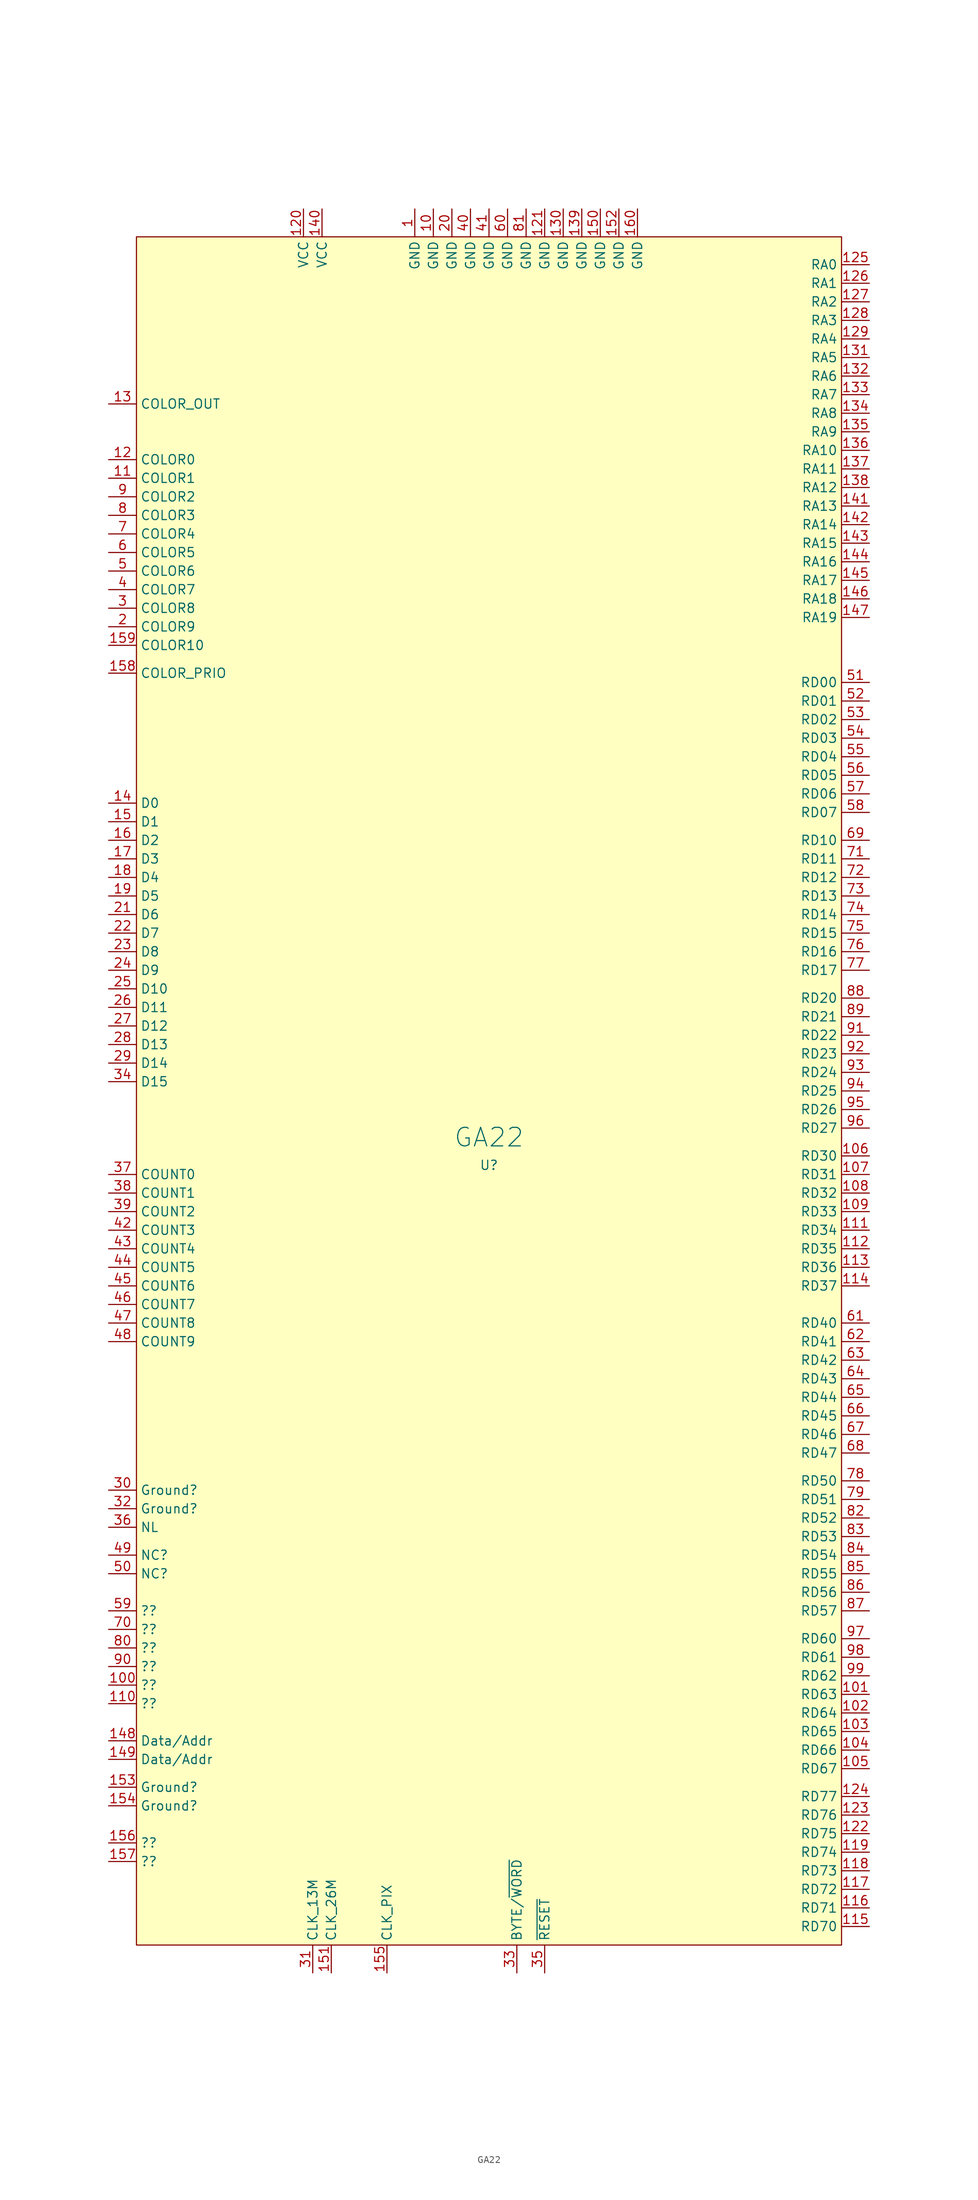
<source format=kicad_sym>
(kicad_symbol_lib
  (version 20220914)
  (generator kicad_symbol_editor)
  (symbol "GA22"
    (property "Reference" "U"
      (at -1.27 1.27 0)
      (effects (font (size 1.27 1.27))))
    (property "Value" "GA22"
      (at -1.27 5.08 0)
      (effects (font (size 2.54 2.54))))
    (symbol "GA22_0_1"
      (rectangle (start -49.53 128.27) (end 46.99 -105.41) (stroke (width 0) (type default)) (fill (type background))))
    (symbol "GA22_1_1"
      (pin power_in line (at -11.43 132.08 270) (length 3.81) (name "GND" (effects (font (size 1.27 1.27)))) (number "1" (effects (font (size 1.27 1.27)))))
      (pin power_in line (at -8.89 132.08 270) (length 3.81) (name "GND" (effects (font (size 1.27 1.27)))) (number "10" (effects (font (size 1.27 1.27)))))
      (pin input line (at -53.34 -69.85 0) (length 3.81) (name "??" (effects (font (size 1.27 1.27)))) (number "100" (effects (font (size 1.27 1.27)))))
      (pin input line (at 50.8 -71.12 180) (length 3.81) (name "RD63" (effects (font (size 1.27 1.27)))) (number "101" (effects (font (size 1.27 1.27)))))
      (pin input line (at 50.8 -73.66 180) (length 3.81) (name "RD64" (effects (font (size 1.27 1.27)))) (number "102" (effects (font (size 1.27 1.27)))))
      (pin input line (at 50.8 -76.2 180) (length 3.81) (name "RD65" (effects (font (size 1.27 1.27)))) (number "103" (effects (font (size 1.27 1.27)))))
      (pin input line (at 50.8 -78.74 180) (length 3.81) (name "RD66" (effects (font (size 1.27 1.27)))) (number "104" (effects (font (size 1.27 1.27)))))
      (pin input line (at 50.8 -81.28 180) (length 3.81) (name "RD67" (effects (font (size 1.27 1.27)))) (number "105" (effects (font (size 1.27 1.27)))))
      (pin input line (at 50.8 2.54 180) (length 3.81) (name "RD30" (effects (font (size 1.27 1.27)))) (number "106" (effects (font (size 1.27 1.27)))))
      (pin input line (at 50.8 0 180) (length 3.81) (name "RD31" (effects (font (size 1.27 1.27)))) (number "107" (effects (font (size 1.27 1.27)))))
      (pin input line (at 50.8 -2.54 180) (length 3.81) (name "RD32" (effects (font (size 1.27 1.27)))) (number "108" (effects (font (size 1.27 1.27)))))
      (pin input line (at 50.8 -5.08 180) (length 3.81) (name "RD33" (effects (font (size 1.27 1.27)))) (number "109" (effects (font (size 1.27 1.27)))))
      (pin output line (at -53.34 95.25 0) (length 3.81) (name "COLOR1" (effects (font (size 1.27 1.27)))) (number "11" (effects (font (size 1.27 1.27)))))
      (pin input line (at -53.34 -72.39 0) (length 3.81) (name "??" (effects (font (size 1.27 1.27)))) (number "110" (effects (font (size 1.27 1.27)))))
      (pin input line (at 50.8 -7.62 180) (length 3.81) (name "RD34" (effects (font (size 1.27 1.27)))) (number "111" (effects (font (size 1.27 1.27)))))
      (pin input line (at 50.8 -10.16 180) (length 3.81) (name "RD35" (effects (font (size 1.27 1.27)))) (number "112" (effects (font (size 1.27 1.27)))))
      (pin input line (at 50.8 -12.7 180) (length 3.81) (name "RD36" (effects (font (size 1.27 1.27)))) (number "113" (effects (font (size 1.27 1.27)))))
      (pin input line (at 50.8 -15.24 180) (length 3.81) (name "RD37" (effects (font (size 1.27 1.27)))) (number "114" (effects (font (size 1.27 1.27)))))
      (pin input line (at 50.8 -102.87 180) (length 3.81) (name "RD70" (effects (font (size 1.27 1.27)))) (number "115" (effects (font (size 1.27 1.27)))))
      (pin input line (at 50.8 -100.33 180) (length 3.81) (name "RD71" (effects (font (size 1.27 1.27)))) (number "116" (effects (font (size 1.27 1.27)))))
      (pin input line (at 50.8 -97.79 180) (length 3.81) (name "RD72" (effects (font (size 1.27 1.27)))) (number "117" (effects (font (size 1.27 1.27)))))
      (pin input line (at 50.8 -95.25 180) (length 3.81) (name "RD73" (effects (font (size 1.27 1.27)))) (number "118" (effects (font (size 1.27 1.27)))))
      (pin input line (at 50.8 -92.71 180) (length 3.81) (name "RD74" (effects (font (size 1.27 1.27)))) (number "119" (effects (font (size 1.27 1.27)))))
      (pin output line (at -53.34 97.79 0) (length 3.81) (name "COLOR0" (effects (font (size 1.27 1.27)))) (number "12" (effects (font (size 1.27 1.27)))))
      (pin power_in line (at -26.67 132.08 270) (length 3.81) (name "VCC" (effects (font (size 1.27 1.27)))) (number "120" (effects (font (size 1.27 1.27)))))
      (pin power_in line (at 6.35 132.08 270) (length 3.81) (name "GND" (effects (font (size 1.27 1.27)))) (number "121" (effects (font (size 1.27 1.27)))))
      (pin input line (at 50.8 -90.17 180) (length 3.81) (name "RD75" (effects (font (size 1.27 1.27)))) (number "122" (effects (font (size 1.27 1.27)))))
      (pin input line (at 50.8 -87.63 180) (length 3.81) (name "RD76" (effects (font (size 1.27 1.27)))) (number "123" (effects (font (size 1.27 1.27)))))
      (pin input line (at 50.8 -85.09 180) (length 3.81) (name "RD77" (effects (font (size 1.27 1.27)))) (number "124" (effects (font (size 1.27 1.27)))))
      (pin output line (at 50.8 124.46 180) (length 3.81) (name "RA0" (effects (font (size 1.27 1.27)))) (number "125" (effects (font (size 1.27 1.27)))))
      (pin output line (at 50.8 121.92 180) (length 3.81) (name "RA1" (effects (font (size 1.27 1.27)))) (number "126" (effects (font (size 1.27 1.27)))))
      (pin output line (at 50.8 119.38 180) (length 3.81) (name "RA2" (effects (font (size 1.27 1.27)))) (number "127" (effects (font (size 1.27 1.27)))))
      (pin output line (at 50.8 116.84 180) (length 3.81) (name "RA3" (effects (font (size 1.27 1.27)))) (number "128" (effects (font (size 1.27 1.27)))))
      (pin output line (at 50.8 114.3 180) (length 3.81) (name "RA4" (effects (font (size 1.27 1.27)))) (number "129" (effects (font (size 1.27 1.27)))))
      (pin output line (at -53.34 105.41 0) (length 3.81) (name "COLOR_OUT" (effects (font (size 1.27 1.27)))) (number "13" (effects (font (size 1.27 1.27)))))
      (pin power_in line (at 8.89 132.08 270) (length 3.81) (name "GND" (effects (font (size 1.27 1.27)))) (number "130" (effects (font (size 1.27 1.27)))))
      (pin output line (at 50.8 111.76 180) (length 3.81) (name "RA5" (effects (font (size 1.27 1.27)))) (number "131" (effects (font (size 1.27 1.27)))))
      (pin output line (at 50.8 109.22 180) (length 3.81) (name "RA6" (effects (font (size 1.27 1.27)))) (number "132" (effects (font (size 1.27 1.27)))))
      (pin output line (at 50.8 106.68 180) (length 3.81) (name "RA7" (effects (font (size 1.27 1.27)))) (number "133" (effects (font (size 1.27 1.27)))))
      (pin output line (at 50.8 104.14 180) (length 3.81) (name "RA8" (effects (font (size 1.27 1.27)))) (number "134" (effects (font (size 1.27 1.27)))))
      (pin output line (at 50.8 101.6 180) (length 3.81) (name "RA9" (effects (font (size 1.27 1.27)))) (number "135" (effects (font (size 1.27 1.27)))))
      (pin output line (at 50.8 99.06 180) (length 3.81) (name "RA10" (effects (font (size 1.27 1.27)))) (number "136" (effects (font (size 1.27 1.27)))))
      (pin output line (at 50.8 96.52 180) (length 3.81) (name "RA11" (effects (font (size 1.27 1.27)))) (number "137" (effects (font (size 1.27 1.27)))))
      (pin output line (at 50.8 93.98 180) (length 3.81) (name "RA12" (effects (font (size 1.27 1.27)))) (number "138" (effects (font (size 1.27 1.27)))))
      (pin power_in line (at 11.43 132.08 270) (length 3.81) (name "GND" (effects (font (size 1.27 1.27)))) (number "139" (effects (font (size 1.27 1.27)))))
      (pin input line (at -53.34 50.8 0) (length 3.81) (name "D0" (effects (font (size 1.27 1.27)))) (number "14" (effects (font (size 1.27 1.27)))))
      (pin power_in line (at -24.13 132.08 270) (length 3.81) (name "VCC" (effects (font (size 1.27 1.27)))) (number "140" (effects (font (size 1.27 1.27)))))
      (pin output line (at 50.8 91.44 180) (length 3.81) (name "RA13" (effects (font (size 1.27 1.27)))) (number "141" (effects (font (size 1.27 1.27)))))
      (pin output line (at 50.8 88.9 180) (length 3.81) (name "RA14" (effects (font (size 1.27 1.27)))) (number "142" (effects (font (size 1.27 1.27)))))
      (pin output line (at 50.8 86.36 180) (length 3.81) (name "RA15" (effects (font (size 1.27 1.27)))) (number "143" (effects (font (size 1.27 1.27)))))
      (pin output line (at 50.8 83.82 180) (length 3.81) (name "RA16" (effects (font (size 1.27 1.27)))) (number "144" (effects (font (size 1.27 1.27)))))
      (pin output line (at 50.8 81.28 180) (length 3.81) (name "RA17" (effects (font (size 1.27 1.27)))) (number "145" (effects (font (size 1.27 1.27)))))
      (pin output line (at 50.8 78.74 180) (length 3.81) (name "RA18" (effects (font (size 1.27 1.27)))) (number "146" (effects (font (size 1.27 1.27)))))
      (pin output line (at 50.8 76.2 180) (length 3.81) (name "RA19" (effects (font (size 1.27 1.27)))) (number "147" (effects (font (size 1.27 1.27)))))
      (pin input line (at -53.34 -77.47 0) (length 3.81) (name "Data/Addr" (effects (font (size 1.27 1.27)))) (number "148" (effects (font (size 1.27 1.27)))))
      (pin input line (at -53.34 -80.01 0) (length 3.81) (name "Data/Addr" (effects (font (size 1.27 1.27)))) (number "149" (effects (font (size 1.27 1.27)))))
      (pin input line (at -53.34 48.26 0) (length 3.81) (name "D1" (effects (font (size 1.27 1.27)))) (number "15" (effects (font (size 1.27 1.27)))))
      (pin power_in line (at 13.97 132.08 270) (length 3.81) (name "GND" (effects (font (size 1.27 1.27)))) (number "150" (effects (font (size 1.27 1.27)))))
      (pin input line (at -22.86 -109.22 90) (length 3.81) (name "CLK_26M" (effects (font (size 1.27 1.27)))) (number "151" (effects (font (size 1.27 1.27)))))
      (pin power_in line (at 16.51 132.08 270) (length 3.81) (name "GND" (effects (font (size 1.27 1.27)))) (number "152" (effects (font (size 1.27 1.27)))))
      (pin input line (at -53.34 -83.82 0) (length 3.81) (name "Ground?" (effects (font (size 1.27 1.27)))) (number "153" (effects (font (size 1.27 1.27)))))
      (pin input line (at -53.34 -86.36 0) (length 3.81) (name "Ground?" (effects (font (size 1.27 1.27)))) (number "154" (effects (font (size 1.27 1.27)))))
      (pin output line (at -15.24 -109.22 90) (length 3.81) (name "CLK_PIX" (effects (font (size 1.27 1.27)))) (number "155" (effects (font (size 1.27 1.27)))))
      (pin input line (at -53.34 -91.44 0) (length 3.81) (name "??" (effects (font (size 1.27 1.27)))) (number "156" (effects (font (size 1.27 1.27)))))
      (pin input line (at -53.34 -93.98 0) (length 3.81) (name "??" (effects (font (size 1.27 1.27)))) (number "157" (effects (font (size 1.27 1.27)))))
      (pin output line (at -53.34 68.58 0) (length 3.81) (name "COLOR_PRIO" (effects (font (size 1.27 1.27)))) (number "158" (effects (font (size 1.27 1.27)))))
      (pin output line (at -53.34 72.39 0) (length 3.81) (name "COLOR10" (effects (font (size 1.27 1.27)))) (number "159" (effects (font (size 1.27 1.27)))))
      (pin input line (at -53.34 45.72 0) (length 3.81) (name "D2" (effects (font (size 1.27 1.27)))) (number "16" (effects (font (size 1.27 1.27)))))
      (pin power_in line (at 19.05 132.08 270) (length 3.81) (name "GND" (effects (font (size 1.27 1.27)))) (number "160" (effects (font (size 1.27 1.27)))))
      (pin input line (at -53.34 43.18 0) (length 3.81) (name "D3" (effects (font (size 1.27 1.27)))) (number "17" (effects (font (size 1.27 1.27)))))
      (pin input line (at -53.34 40.64 0) (length 3.81) (name "D4" (effects (font (size 1.27 1.27)))) (number "18" (effects (font (size 1.27 1.27)))))
      (pin input line (at -53.34 38.1 0) (length 3.81) (name "D5" (effects (font (size 1.27 1.27)))) (number "19" (effects (font (size 1.27 1.27)))))
      (pin output line (at -53.34 74.93 0) (length 3.81) (name "COLOR9" (effects (font (size 1.27 1.27)))) (number "2" (effects (font (size 1.27 1.27)))))
      (pin power_in line (at -6.35 132.08 270) (length 3.81) (name "GND" (effects (font (size 1.27 1.27)))) (number "20" (effects (font (size 1.27 1.27)))))
      (pin input line (at -53.34 35.56 0) (length 3.81) (name "D6" (effects (font (size 1.27 1.27)))) (number "21" (effects (font (size 1.27 1.27)))))
      (pin input line (at -53.34 33.02 0) (length 3.81) (name "D7" (effects (font (size 1.27 1.27)))) (number "22" (effects (font (size 1.27 1.27)))))
      (pin input line (at -53.34 30.48 0) (length 3.81) (name "D8" (effects (font (size 1.27 1.27)))) (number "23" (effects (font (size 1.27 1.27)))))
      (pin input line (at -53.34 27.94 0) (length 3.81) (name "D9" (effects (font (size 1.27 1.27)))) (number "24" (effects (font (size 1.27 1.27)))))
      (pin input line (at -53.34 25.4 0) (length 3.81) (name "D10" (effects (font (size 1.27 1.27)))) (number "25" (effects (font (size 1.27 1.27)))))
      (pin input line (at -53.34 22.86 0) (length 3.81) (name "D11" (effects (font (size 1.27 1.27)))) (number "26" (effects (font (size 1.27 1.27)))))
      (pin input line (at -53.34 20.32 0) (length 3.81) (name "D12" (effects (font (size 1.27 1.27)))) (number "27" (effects (font (size 1.27 1.27)))))
      (pin input line (at -53.34 17.78 0) (length 3.81) (name "D13" (effects (font (size 1.27 1.27)))) (number "28" (effects (font (size 1.27 1.27)))))
      (pin input line (at -53.34 15.24 0) (length 3.81) (name "D14" (effects (font (size 1.27 1.27)))) (number "29" (effects (font (size 1.27 1.27)))))
      (pin output line (at -53.34 77.47 0) (length 3.81) (name "COLOR8" (effects (font (size 1.27 1.27)))) (number "3" (effects (font (size 1.27 1.27)))))
      (pin input line (at -53.34 -43.18 0) (length 3.81) (name "Ground?" (effects (font (size 1.27 1.27)))) (number "30" (effects (font (size 1.27 1.27)))))
      (pin input line (at -25.4 -109.22 90) (length 3.81) (name "CLK_13M" (effects (font (size 1.27 1.27)))) (number "31" (effects (font (size 1.27 1.27)))))
      (pin input line (at -53.34 -45.72 0) (length 3.81) (name "Ground?" (effects (font (size 1.27 1.27)))) (number "32" (effects (font (size 1.27 1.27)))))
      (pin input line (at 2.54 -109.22 90) (length 3.81) (name "BYTE/~{WORD}" (effects (font (size 1.27 1.27)))) (number "33" (effects (font (size 1.27 1.27)))))
      (pin input line (at -53.34 12.7 0) (length 3.81) (name "D15" (effects (font (size 1.27 1.27)))) (number "34" (effects (font (size 1.27 1.27)))))
      (pin input line (at 6.35 -109.22 90) (length 3.81) (name "~{RESET}" (effects (font (size 1.27 1.27)))) (number "35" (effects (font (size 1.27 1.27)))))
      (pin input line (at -53.34 -48.26 0) (length 3.81) (name "NL" (effects (font (size 1.27 1.27)))) (number "36" (effects (font (size 1.27 1.27)))))
      (pin output line (at -53.34 0 0) (length 3.81) (name "COUNT0" (effects (font (size 1.27 1.27)))) (number "37" (effects (font (size 1.27 1.27)))))
      (pin output line (at -53.34 -2.54 0) (length 3.81) (name "COUNT1" (effects (font (size 1.27 1.27)))) (number "38" (effects (font (size 1.27 1.27)))))
      (pin output line (at -53.34 -5.08 0) (length 3.81) (name "COUNT2" (effects (font (size 1.27 1.27)))) (number "39" (effects (font (size 1.27 1.27)))))
      (pin output line (at -53.34 80.01 0) (length 3.81) (name "COLOR7" (effects (font (size 1.27 1.27)))) (number "4" (effects (font (size 1.27 1.27)))))
      (pin power_in line (at -3.81 132.08 270) (length 3.81) (name "GND" (effects (font (size 1.27 1.27)))) (number "40" (effects (font (size 1.27 1.27)))))
      (pin power_in line (at -1.27 132.08 270) (length 3.81) (name "GND" (effects (font (size 1.27 1.27)))) (number "41" (effects (font (size 1.27 1.27)))))
      (pin output line (at -53.34 -7.62 0) (length 3.81) (name "COUNT3" (effects (font (size 1.27 1.27)))) (number "42" (effects (font (size 1.27 1.27)))))
      (pin output line (at -53.34 -10.16 0) (length 3.81) (name "COUNT4" (effects (font (size 1.27 1.27)))) (number "43" (effects (font (size 1.27 1.27)))))
      (pin output line (at -53.34 -12.7 0) (length 3.81) (name "COUNT5" (effects (font (size 1.27 1.27)))) (number "44" (effects (font (size 1.27 1.27)))))
      (pin output line (at -53.34 -15.24 0) (length 3.81) (name "COUNT6" (effects (font (size 1.27 1.27)))) (number "45" (effects (font (size 1.27 1.27)))))
      (pin output line (at -53.34 -17.78 0) (length 3.81) (name "COUNT7" (effects (font (size 1.27 1.27)))) (number "46" (effects (font (size 1.27 1.27)))))
      (pin output line (at -53.34 -20.32 0) (length 3.81) (name "COUNT8" (effects (font (size 1.27 1.27)))) (number "47" (effects (font (size 1.27 1.27)))))
      (pin output line (at -53.34 -22.86 0) (length 3.81) (name "COUNT9" (effects (font (size 1.27 1.27)))) (number "48" (effects (font (size 1.27 1.27)))))
      (pin input line (at -53.34 -52.07 0) (length 3.81) (name "NC?" (effects (font (size 1.27 1.27)))) (number "49" (effects (font (size 1.27 1.27)))))
      (pin output line (at -53.34 82.55 0) (length 3.81) (name "COLOR6" (effects (font (size 1.27 1.27)))) (number "5" (effects (font (size 1.27 1.27)))))
      (pin input line (at -53.34 -54.61 0) (length 3.81) (name "NC?" (effects (font (size 1.27 1.27)))) (number "50" (effects (font (size 1.27 1.27)))))
      (pin input line (at 50.8 67.31 180) (length 3.81) (name "RD00" (effects (font (size 1.27 1.27)))) (number "51" (effects (font (size 1.27 1.27)))))
      (pin input line (at 50.8 64.77 180) (length 3.81) (name "RD01" (effects (font (size 1.27 1.27)))) (number "52" (effects (font (size 1.27 1.27)))))
      (pin input line (at 50.8 62.23 180) (length 3.81) (name "RD02" (effects (font (size 1.27 1.27)))) (number "53" (effects (font (size 1.27 1.27)))))
      (pin input line (at 50.8 59.69 180) (length 3.81) (name "RD03" (effects (font (size 1.27 1.27)))) (number "54" (effects (font (size 1.27 1.27)))))
      (pin input line (at 50.8 57.15 180) (length 3.81) (name "RD04" (effects (font (size 1.27 1.27)))) (number "55" (effects (font (size 1.27 1.27)))))
      (pin input line (at 50.8 54.61 180) (length 3.81) (name "RD05" (effects (font (size 1.27 1.27)))) (number "56" (effects (font (size 1.27 1.27)))))
      (pin input line (at 50.8 52.07 180) (length 3.81) (name "RD06" (effects (font (size 1.27 1.27)))) (number "57" (effects (font (size 1.27 1.27)))))
      (pin input line (at 50.8 49.53 180) (length 3.81) (name "RD07" (effects (font (size 1.27 1.27)))) (number "58" (effects (font (size 1.27 1.27)))))
      (pin input line (at -53.34 -59.69 0) (length 3.81) (name "??" (effects (font (size 1.27 1.27)))) (number "59" (effects (font (size 1.27 1.27)))))
      (pin output line (at -53.34 85.09 0) (length 3.81) (name "COLOR5" (effects (font (size 1.27 1.27)))) (number "6" (effects (font (size 1.27 1.27)))))
      (pin power_in line (at 1.27 132.08 270) (length 3.81) (name "GND" (effects (font (size 1.27 1.27)))) (number "60" (effects (font (size 1.27 1.27)))))
      (pin input line (at 50.8 -20.32 180) (length 3.81) (name "RD40" (effects (font (size 1.27 1.27)))) (number "61" (effects (font (size 1.27 1.27)))))
      (pin input line (at 50.8 -22.86 180) (length 3.81) (name "RD41" (effects (font (size 1.27 1.27)))) (number "62" (effects (font (size 1.27 1.27)))))
      (pin input line (at 50.8 -25.4 180) (length 3.81) (name "RD42" (effects (font (size 1.27 1.27)))) (number "63" (effects (font (size 1.27 1.27)))))
      (pin input line (at 50.8 -27.94 180) (length 3.81) (name "RD43" (effects (font (size 1.27 1.27)))) (number "64" (effects (font (size 1.27 1.27)))))
      (pin input line (at 50.8 -30.48 180) (length 3.81) (name "RD44" (effects (font (size 1.27 1.27)))) (number "65" (effects (font (size 1.27 1.27)))))
      (pin input line (at 50.8 -33.02 180) (length 3.81) (name "RD45" (effects (font (size 1.27 1.27)))) (number "66" (effects (font (size 1.27 1.27)))))
      (pin input line (at 50.8 -35.56 180) (length 3.81) (name "RD46" (effects (font (size 1.27 1.27)))) (number "67" (effects (font (size 1.27 1.27)))))
      (pin input line (at 50.8 -38.1 180) (length 3.81) (name "RD47" (effects (font (size 1.27 1.27)))) (number "68" (effects (font (size 1.27 1.27)))))
      (pin input line (at 50.8 45.72 180) (length 3.81) (name "RD10" (effects (font (size 1.27 1.27)))) (number "69" (effects (font (size 1.27 1.27)))))
      (pin output line (at -53.34 87.63 0) (length 3.81) (name "COLOR4" (effects (font (size 1.27 1.27)))) (number "7" (effects (font (size 1.27 1.27)))))
      (pin input line (at -53.34 -62.23 0) (length 3.81) (name "??" (effects (font (size 1.27 1.27)))) (number "70" (effects (font (size 1.27 1.27)))))
      (pin input line (at 50.8 43.18 180) (length 3.81) (name "RD11" (effects (font (size 1.27 1.27)))) (number "71" (effects (font (size 1.27 1.27)))))
      (pin input line (at 50.8 40.64 180) (length 3.81) (name "RD12" (effects (font (size 1.27 1.27)))) (number "72" (effects (font (size 1.27 1.27)))))
      (pin input line (at 50.8 38.1 180) (length 3.81) (name "RD13" (effects (font (size 1.27 1.27)))) (number "73" (effects (font (size 1.27 1.27)))))
      (pin input line (at 50.8 35.56 180) (length 3.81) (name "RD14" (effects (font (size 1.27 1.27)))) (number "74" (effects (font (size 1.27 1.27)))))
      (pin input line (at 50.8 33.02 180) (length 3.81) (name "RD15" (effects (font (size 1.27 1.27)))) (number "75" (effects (font (size 1.27 1.27)))))
      (pin input line (at 50.8 30.48 180) (length 3.81) (name "RD16" (effects (font (size 1.27 1.27)))) (number "76" (effects (font (size 1.27 1.27)))))
      (pin input line (at 50.8 27.94 180) (length 3.81) (name "RD17" (effects (font (size 1.27 1.27)))) (number "77" (effects (font (size 1.27 1.27)))))
      (pin input line (at 50.8 -41.91 180) (length 3.81) (name "RD50" (effects (font (size 1.27 1.27)))) (number "78" (effects (font (size 1.27 1.27)))))
      (pin input line (at 50.8 -44.45 180) (length 3.81) (name "RD51" (effects (font (size 1.27 1.27)))) (number "79" (effects (font (size 1.27 1.27)))))
      (pin output line (at -53.34 90.17 0) (length 3.81) (name "COLOR3" (effects (font (size 1.27 1.27)))) (number "8" (effects (font (size 1.27 1.27)))))
      (pin input line (at -53.34 -64.77 0) (length 3.81) (name "??" (effects (font (size 1.27 1.27)))) (number "80" (effects (font (size 1.27 1.27)))))
      (pin power_in line (at 3.81 132.08 270) (length 3.81) (name "GND" (effects (font (size 1.27 1.27)))) (number "81" (effects (font (size 1.27 1.27)))))
      (pin input line (at 50.8 -46.99 180) (length 3.81) (name "RD52" (effects (font (size 1.27 1.27)))) (number "82" (effects (font (size 1.27 1.27)))))
      (pin input line (at 50.8 -49.53 180) (length 3.81) (name "RD53" (effects (font (size 1.27 1.27)))) (number "83" (effects (font (size 1.27 1.27)))))
      (pin input line (at 50.8 -52.07 180) (length 3.81) (name "RD54" (effects (font (size 1.27 1.27)))) (number "84" (effects (font (size 1.27 1.27)))))
      (pin input line (at 50.8 -54.61 180) (length 3.81) (name "RD55" (effects (font (size 1.27 1.27)))) (number "85" (effects (font (size 1.27 1.27)))))
      (pin input line (at 50.8 -57.15 180) (length 3.81) (name "RD56" (effects (font (size 1.27 1.27)))) (number "86" (effects (font (size 1.27 1.27)))))
      (pin input line (at 50.8 -59.69 180) (length 3.81) (name "RD57" (effects (font (size 1.27 1.27)))) (number "87" (effects (font (size 1.27 1.27)))))
      (pin input line (at 50.8 24.13 180) (length 3.81) (name "RD20" (effects (font (size 1.27 1.27)))) (number "88" (effects (font (size 1.27 1.27)))))
      (pin input line (at 50.8 21.59 180) (length 3.81) (name "RD21" (effects (font (size 1.27 1.27)))) (number "89" (effects (font (size 1.27 1.27)))))
      (pin output line (at -53.34 92.71 0) (length 3.81) (name "COLOR2" (effects (font (size 1.27 1.27)))) (number "9" (effects (font (size 1.27 1.27)))))
      (pin input line (at -53.34 -67.31 0) (length 3.81) (name "??" (effects (font (size 1.27 1.27)))) (number "90" (effects (font (size 1.27 1.27)))))
      (pin input line (at 50.8 19.05 180) (length 3.81) (name "RD22" (effects (font (size 1.27 1.27)))) (number "91" (effects (font (size 1.27 1.27)))))
      (pin input line (at 50.8 16.51 180) (length 3.81) (name "RD23" (effects (font (size 1.27 1.27)))) (number "92" (effects (font (size 1.27 1.27)))))
      (pin input line (at 50.8 13.97 180) (length 3.81) (name "RD24" (effects (font (size 1.27 1.27)))) (number "93" (effects (font (size 1.27 1.27)))))
      (pin input line (at 50.8 11.43 180) (length 3.81) (name "RD25" (effects (font (size 1.27 1.27)))) (number "94" (effects (font (size 1.27 1.27)))))
      (pin input line (at 50.8 8.89 180) (length 3.81) (name "RD26" (effects (font (size 1.27 1.27)))) (number "95" (effects (font (size 1.27 1.27)))))
      (pin input line (at 50.8 6.35 180) (length 3.81) (name "RD27" (effects (font (size 1.27 1.27)))) (number "96" (effects (font (size 1.27 1.27)))))
      (pin input line (at 50.8 -63.5 180) (length 3.81) (name "RD60" (effects (font (size 1.27 1.27)))) (number "97" (effects (font (size 1.27 1.27)))))
      (pin input line (at 50.8 -66.04 180) (length 3.81) (name "RD61" (effects (font (size 1.27 1.27)))) (number "98" (effects (font (size 1.27 1.27)))))
      (pin input line (at 50.8 -68.58 180) (length 3.81) (name "RD62" (effects (font (size 1.27 1.27)))) (number "99" (effects (font (size 1.27 1.27))))))))
</source>
